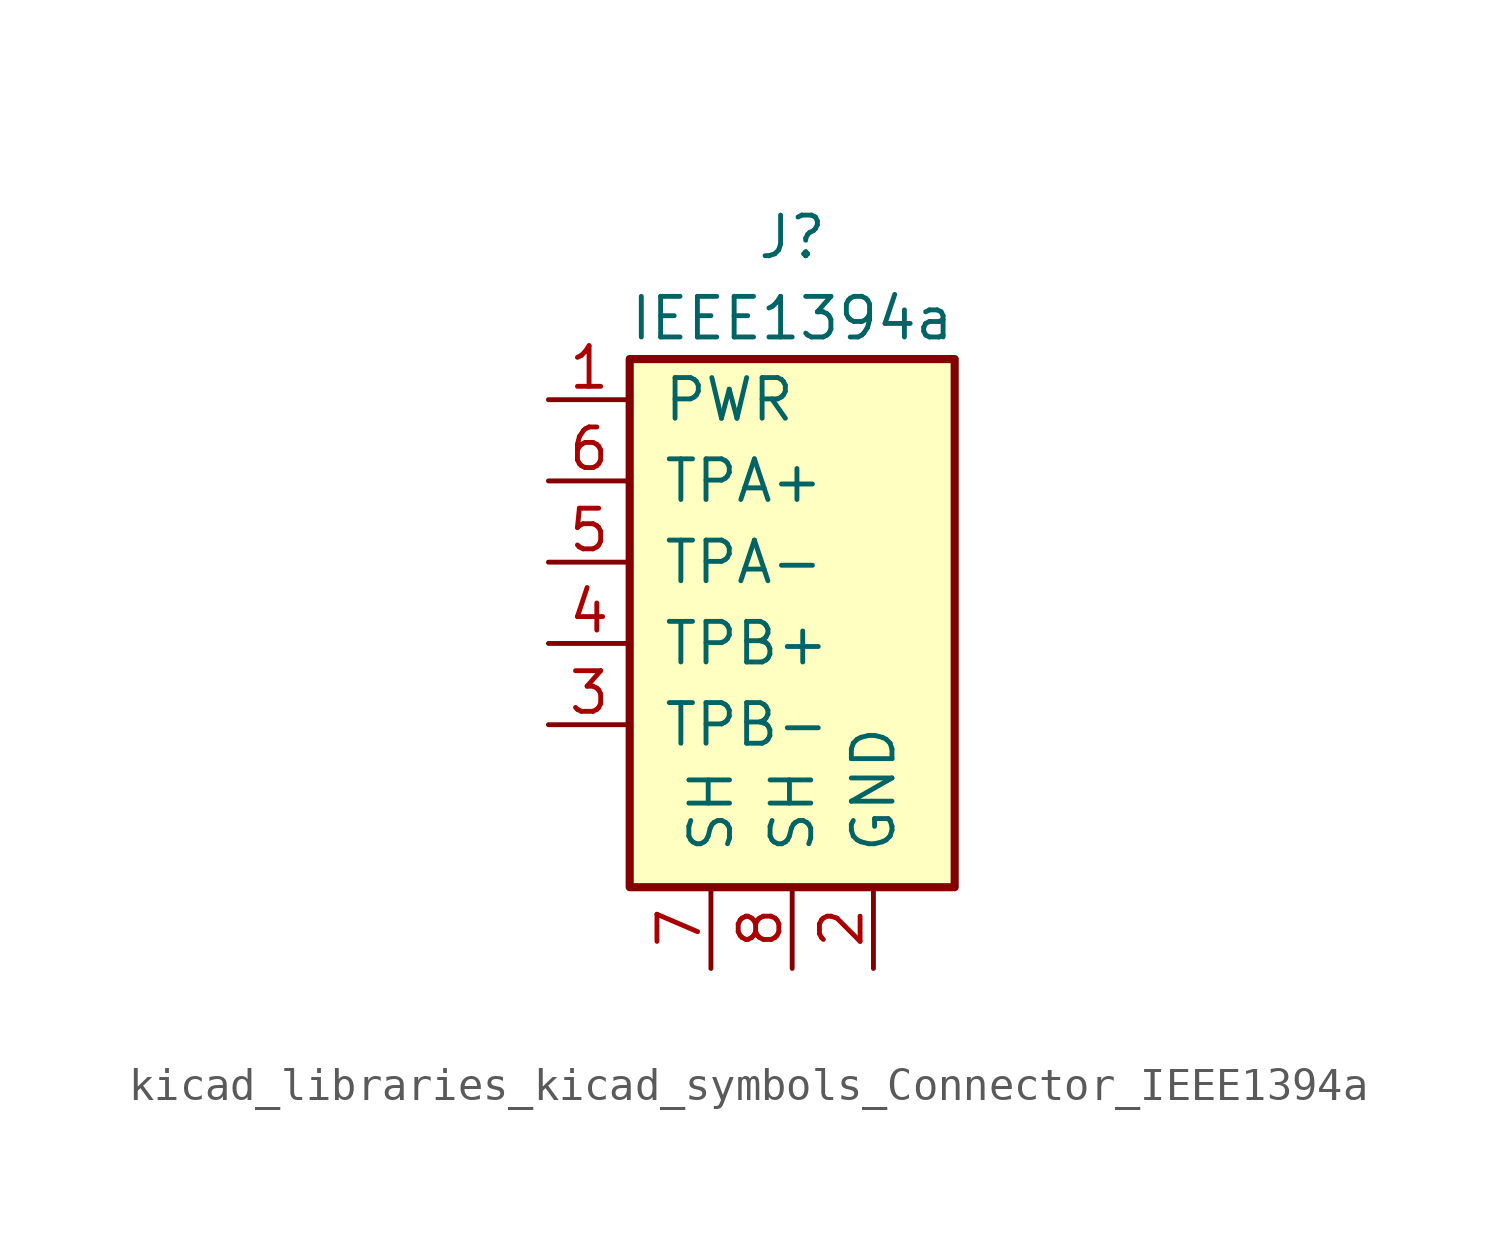
<source format=kicad_sym>
(kicad_symbol_lib
  (version 20220914)
  (generator kicad_symbol_editor)
  (symbol "kicad_libraries_kicad_symbols_Connector_IEEE1394a"
    (pin_names
      (offset 1.016))
    (property "Reference" "J"
      (at 0 12.7 0)
      (effects (font (size 1.27 1.27))))
    (property "Value" "IEEE1394a"
      (at 0 10.16 0)
      (effects (font (size 1.27 1.27))))
    (symbol "kicad_libraries_kicad_symbols_Connector_IEEE1394a_0_1"
      (rectangle (start -5.08 8.89) (end 5.08 -7.62) (stroke (width 0.254) (type default)) (fill (type background))))
    (symbol "kicad_libraries_kicad_symbols_Connector_IEEE1394a_1_1"
      (pin power_in line (at -7.62 7.62 0) (length 2.54) (name "PWR" (effects (font (size 1.27 1.27)))) (number "1" (effects (font (size 1.27 1.27)))))
      (pin power_in line (at 2.54 -10.16 90) (length 2.54) (name "GND" (effects (font (size 1.27 1.27)))) (number "2" (effects (font (size 1.27 1.27)))))
      (pin bidirectional line (at -7.62 -2.54 0) (length 2.54) (name "TPB-" (effects (font (size 1.27 1.27)))) (number "3" (effects (font (size 1.27 1.27)))))
      (pin bidirectional line (at -7.62 0 0) (length 2.54) (name "TPB+" (effects (font (size 1.27 1.27)))) (number "4" (effects (font (size 1.27 1.27)))))
      (pin bidirectional line (at -7.62 2.54 0) (length 2.54) (name "TPA-" (effects (font (size 1.27 1.27)))) (number "5" (effects (font (size 1.27 1.27)))))
      (pin bidirectional line (at -7.62 5.08 0) (length 2.54) (name "TPA+" (effects (font (size 1.27 1.27)))) (number "6" (effects (font (size 1.27 1.27)))))
      (pin passive line (at -2.54 -10.16 90) (length 2.54) (name "SH" (effects (font (size 1.27 1.27)))) (number "7" (effects (font (size 1.27 1.27)))))
      (pin passive line (at 0 -10.16 90) (length 2.54) (name "SH" (effects (font (size 1.27 1.27)))) (number "8" (effects (font (size 1.27 1.27))))))))
</source>
